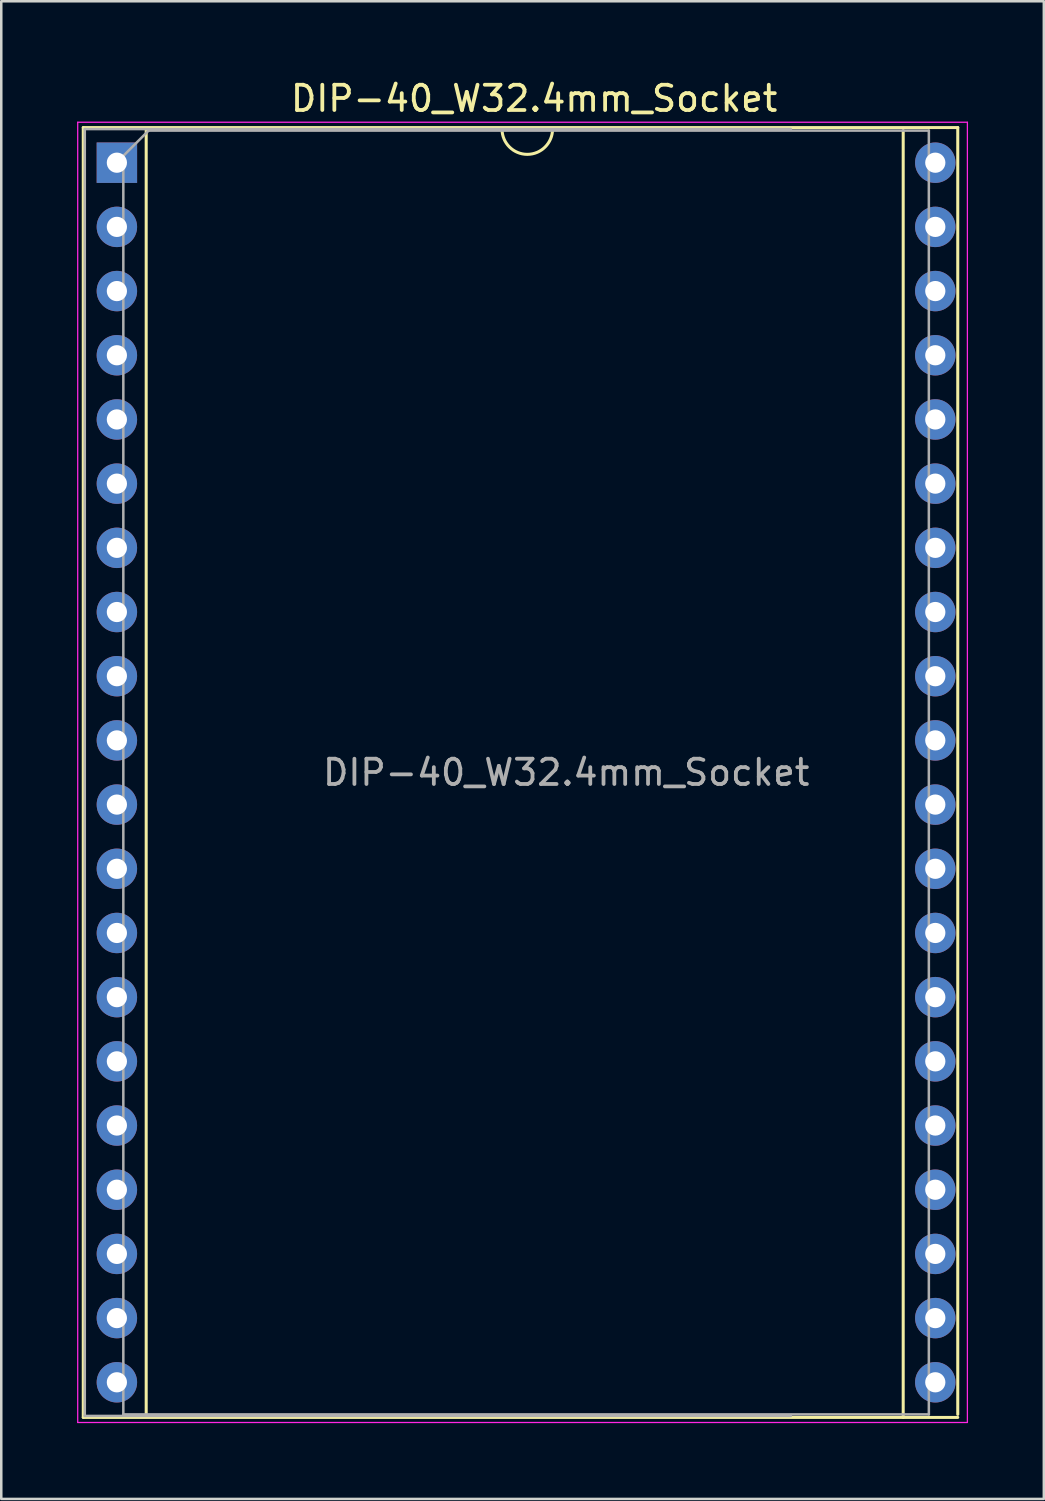
<source format=kicad_pcb>
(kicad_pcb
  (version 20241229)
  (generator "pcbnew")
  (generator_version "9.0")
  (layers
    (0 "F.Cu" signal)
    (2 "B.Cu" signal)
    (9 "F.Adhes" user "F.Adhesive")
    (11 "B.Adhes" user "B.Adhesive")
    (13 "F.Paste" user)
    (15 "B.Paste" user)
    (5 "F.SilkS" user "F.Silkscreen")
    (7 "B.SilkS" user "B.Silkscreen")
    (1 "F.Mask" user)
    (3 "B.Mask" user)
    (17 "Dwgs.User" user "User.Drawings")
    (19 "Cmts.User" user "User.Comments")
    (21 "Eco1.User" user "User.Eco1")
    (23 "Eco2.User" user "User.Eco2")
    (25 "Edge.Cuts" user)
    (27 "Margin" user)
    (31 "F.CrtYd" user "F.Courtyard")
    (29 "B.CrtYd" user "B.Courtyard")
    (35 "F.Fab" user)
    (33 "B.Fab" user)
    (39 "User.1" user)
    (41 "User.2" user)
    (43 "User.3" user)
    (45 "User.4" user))
  (footprint "DIP-40_W32.4mm_Socket"
    (layer "F.Cu")
    (at 1.575 3.388)
    (property "Reference" "DIP-40_W32.4mm_Socket" (at 16.51 -2.54 0) (layer "F.SilkS") (effects (font (size 1 1) (thickness 0.15))))
    (attr through_hole)
    (fp_line (start -1.33 -1.39) (end -1.33 49.65) (stroke (width 0.12) (type solid)) (layer "F.SilkS"))
    (fp_line (start -1.33 49.65) (end 33.274 49.65) (stroke (width 0.12) (type solid)) (layer "F.SilkS"))
    (fp_line (start 1.16 -1.33) (end 1.16 49.59) (stroke (width 0.12) (type solid)) (layer "F.SilkS"))
    (fp_line (start 1.16 49.59) (end 24.24 49.59) (stroke (width 0.12) (type solid)) (layer "F.SilkS"))
    (fp_line (start 11.7 -1.33) (end 1.16 -1.33) (stroke (width 0.12) (type solid)) (layer "F.SilkS"))
    (fp_line (start 24.24 -1.33) (end 13.7 -1.33) (stroke (width 0.12) (type solid)) (layer "F.SilkS"))
    (fp_line (start 31.115 49.65) (end 31.115 -1.27) (stroke (width 0.12) (type solid)) (layer "F.SilkS"))
    (fp_line (start 33.274 -1.39) (end -1.33 -1.39) (stroke (width 0.12) (type solid)) (layer "F.SilkS"))
    (fp_line (start 33.274 49.53) (end 33.274 -1.39) (stroke (width 0.12) (type solid)) (layer "F.SilkS"))
    (fp_arc (start 17.24 -1.33) (mid 16.24 -0.33) (end 15.24 -1.33) (stroke (width 0.12) (type solid)) (layer "F.SilkS"))
    (fp_line (start -1.55 -1.6) (end -1.55 49.85) (stroke (width 0.05) (type solid)) (layer "F.CrtYd"))
    (fp_line (start -1.55 49.85) (end 33.655 49.85) (stroke (width 0.05) (type solid)) (layer "F.CrtYd"))
    (fp_line (start 33.655 -1.6) (end -1.55 -1.6) (stroke (width 0.05) (type solid)) (layer "F.CrtYd"))
    (fp_line (start 33.655 49.85) (end 33.655 -1.6) (stroke (width 0.05) (type solid)) (layer "F.CrtYd"))
    (fp_line (start -1.27 -1.33) (end -1.27 49.59) (stroke (width 0.1) (type solid)) (layer "F.Fab"))
    (fp_line (start -1.27 49.59) (end 26.67 49.59) (stroke (width 0.1) (type solid)) (layer "F.Fab"))
    (fp_line (start 0.255 -0.27) (end 1.255 -1.27) (stroke (width 0.1) (type solid)) (layer "F.Fab"))
    (fp_line (start 0.255 49.53) (end 0.255 -0.27) (stroke (width 0.1) (type solid)) (layer "F.Fab"))
    (fp_line (start 1.27 -1.27) (end 32.13 -1.27) (stroke (width 0.1) (type solid)) (layer "F.Fab"))
    (fp_line (start 26.67 -1.33) (end -1.27 -1.33) (stroke (width 0.1) (type solid)) (layer "F.Fab"))
    (fp_line (start 32.13 -1.27) (end 32.13 49.53) (stroke (width 0.1) (type solid)) (layer "F.Fab"))
    (fp_line (start 32.13 49.53) (end 0.255 49.53) (stroke (width 0.1) (type solid)) (layer "F.Fab"))
    (fp_text user "${REFERENCE}" (at 17.78 24.13 0) (layer "F.Fab") (effects (font (size 1 1) (thickness 0.15))))
    (pad "1" thru_hole rect (at 0 0) (size 1.6 1.6) (drill 0.8) (layers "*.Cu" "*.Mask"))
    (pad "2" thru_hole oval (at 0 2.54) (size 1.6 1.6) (drill 0.8) (layers "*.Cu" "*.Mask"))
    (pad "3" thru_hole oval (at 0 5.08) (size 1.6 1.6) (drill 0.8) (layers "*.Cu" "*.Mask"))
    (pad "4" thru_hole oval (at 0 7.62) (size 1.6 1.6) (drill 0.8) (layers "*.Cu" "*.Mask"))
    (pad "5" thru_hole oval (at 0 10.16) (size 1.6 1.6) (drill 0.8) (layers "*.Cu" "*.Mask"))
    (pad "6" thru_hole oval (at 0 12.7) (size 1.6 1.6) (drill 0.8) (layers "*.Cu" "*.Mask"))
    (pad "7" thru_hole oval (at 0 15.24) (size 1.6 1.6) (drill 0.8) (layers "*.Cu" "*.Mask"))
    (pad "8" thru_hole oval (at 0 17.78) (size 1.6 1.6) (drill 0.8) (layers "*.Cu" "*.Mask"))
    (pad "9" thru_hole oval (at 0 20.32) (size 1.6 1.6) (drill 0.8) (layers "*.Cu" "*.Mask"))
    (pad "10" thru_hole oval (at 0 22.86) (size 1.6 1.6) (drill 0.8) (layers "*.Cu" "*.Mask"))
    (pad "11" thru_hole oval (at 0 25.4) (size 1.6 1.6) (drill 0.8) (layers "*.Cu" "*.Mask"))
    (pad "12" thru_hole oval (at 0 27.94) (size 1.6 1.6) (drill 0.8) (layers "*.Cu" "*.Mask"))
    (pad "13" thru_hole oval (at 0 30.48) (size 1.6 1.6) (drill 0.8) (layers "*.Cu" "*.Mask"))
    (pad "14" thru_hole oval (at 0 33.02) (size 1.6 1.6) (drill 0.8) (layers "*.Cu" "*.Mask"))
    (pad "15" thru_hole oval (at 0 35.56) (size 1.6 1.6) (drill 0.8) (layers "*.Cu" "*.Mask"))
    (pad "16" thru_hole oval (at 0 38.1) (size 1.6 1.6) (drill 0.8) (layers "*.Cu" "*.Mask"))
    (pad "17" thru_hole oval (at 0 40.64) (size 1.6 1.6) (drill 0.8) (layers "*.Cu" "*.Mask"))
    (pad "18" thru_hole oval (at 0 43.18) (size 1.6 1.6) (drill 0.8) (layers "*.Cu" "*.Mask"))
    (pad "19" thru_hole oval (at 0 45.72) (size 1.6 1.6) (drill 0.8) (layers "*.Cu" "*.Mask"))
    (pad "20" thru_hole oval (at 0 48.26) (size 1.6 1.6) (drill 0.8) (layers "*.Cu" "*.Mask"))
    (pad "21" thru_hole oval (at 32.385 48.26) (size 1.6 1.6) (drill 0.8) (layers "*.Cu" "*.Mask"))
    (pad "22" thru_hole oval (at 32.385 45.72) (size 1.6 1.6) (drill 0.8) (layers "*.Cu" "*.Mask"))
    (pad "23" thru_hole oval (at 32.385 43.18) (size 1.6 1.6) (drill 0.8) (layers "*.Cu" "*.Mask"))
    (pad "24" thru_hole oval (at 32.385 40.64) (size 1.6 1.6) (drill 0.8) (layers "*.Cu" "*.Mask"))
    (pad "25" thru_hole oval (at 32.385 38.1) (size 1.6 1.6) (drill 0.8) (layers "*.Cu" "*.Mask"))
    (pad "26" thru_hole oval (at 32.385 35.56) (size 1.6 1.6) (drill 0.8) (layers "*.Cu" "*.Mask"))
    (pad "27" thru_hole oval (at 32.385 33.02) (size 1.6 1.6) (drill 0.8) (layers "*.Cu" "*.Mask"))
    (pad "28" thru_hole oval (at 32.385 30.48) (size 1.6 1.6) (drill 0.8) (layers "*.Cu" "*.Mask"))
    (pad "29" thru_hole oval (at 32.385 27.94) (size 1.6 1.6) (drill 0.8) (layers "*.Cu" "*.Mask"))
    (pad "30" thru_hole oval (at 32.385 25.4) (size 1.6 1.6) (drill 0.8) (layers "*.Cu" "*.Mask"))
    (pad "31" thru_hole oval (at 32.385 22.86) (size 1.6 1.6) (drill 0.8) (layers "*.Cu" "*.Mask"))
    (pad "32" thru_hole oval (at 32.385 20.32) (size 1.6 1.6) (drill 0.8) (layers "*.Cu" "*.Mask"))
    (pad "33" thru_hole oval (at 32.385 17.78) (size 1.6 1.6) (drill 0.8) (layers "*.Cu" "*.Mask"))
    (pad "34" thru_hole oval (at 32.385 15.24) (size 1.6 1.6) (drill 0.8) (layers "*.Cu" "*.Mask"))
    (pad "35" thru_hole oval (at 32.385 12.7) (size 1.6 1.6) (drill 0.8) (layers "*.Cu" "*.Mask"))
    (pad "36" thru_hole oval (at 32.385 10.16) (size 1.6 1.6) (drill 0.8) (layers "*.Cu" "*.Mask"))
    (pad "37" thru_hole oval (at 32.385 7.62) (size 1.6 1.6) (drill 0.8) (layers "*.Cu" "*.Mask"))
    (pad "38" thru_hole oval (at 32.385 5.08) (size 1.6 1.6) (drill 0.8) (layers "*.Cu" "*.Mask"))
    (pad "39" thru_hole oval (at 32.385 2.54) (size 1.6 1.6) (drill 0.8) (layers "*.Cu" "*.Mask"))
    (pad "40" thru_hole oval (at 32.385 0) (size 1.6 1.6) (drill 0.8) (layers "*.Cu" "*.Mask")))
  (gr_rect
    (start -3 -3)
    (end 38.255 56.263)
    (stroke (width 0.1) (type default))
    (fill no)
    (layer "Edge.Cuts")))
</source>
